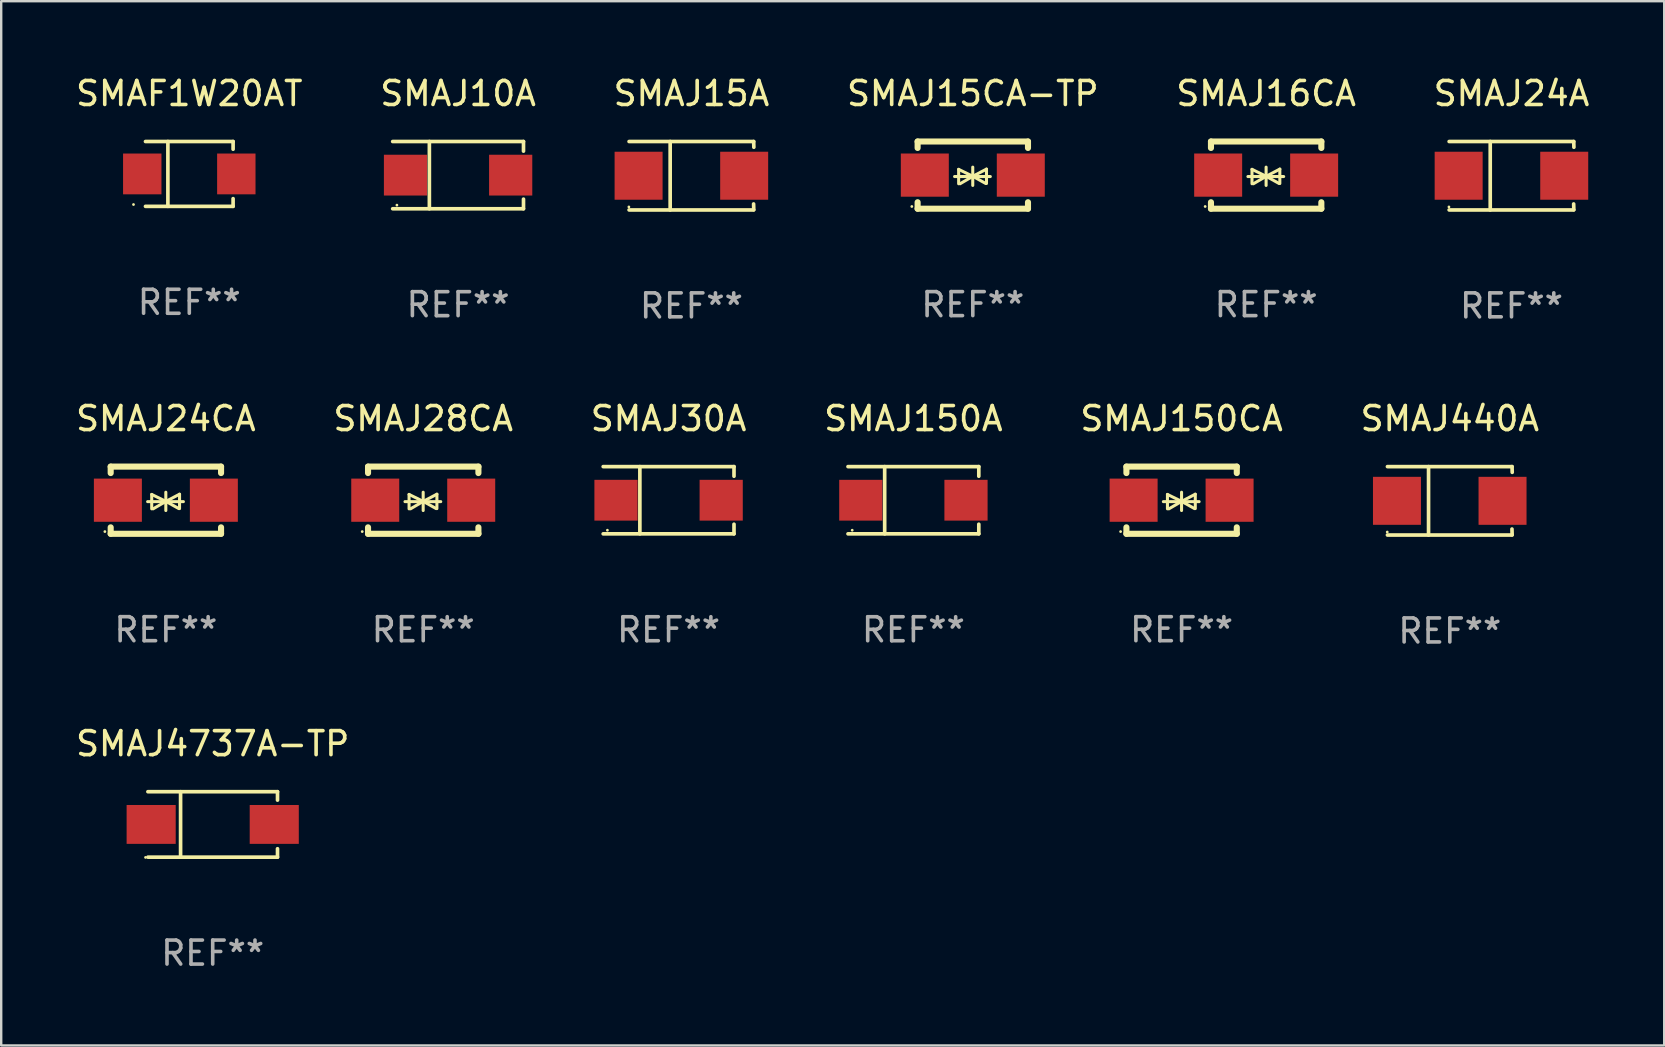
<source format=kicad_pcb>
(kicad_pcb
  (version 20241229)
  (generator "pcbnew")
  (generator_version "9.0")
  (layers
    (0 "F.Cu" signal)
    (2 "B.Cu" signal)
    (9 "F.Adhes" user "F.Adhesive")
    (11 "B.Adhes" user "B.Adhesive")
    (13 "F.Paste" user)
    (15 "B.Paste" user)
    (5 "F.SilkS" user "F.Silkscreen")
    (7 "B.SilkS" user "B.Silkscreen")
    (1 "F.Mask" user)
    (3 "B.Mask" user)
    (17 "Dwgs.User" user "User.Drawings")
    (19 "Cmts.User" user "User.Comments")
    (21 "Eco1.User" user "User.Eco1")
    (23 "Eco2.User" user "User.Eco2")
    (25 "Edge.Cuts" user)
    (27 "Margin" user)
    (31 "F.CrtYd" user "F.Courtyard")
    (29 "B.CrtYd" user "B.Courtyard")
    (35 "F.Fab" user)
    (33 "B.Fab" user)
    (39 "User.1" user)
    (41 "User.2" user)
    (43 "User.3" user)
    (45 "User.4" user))
  (footprint "SMAJ24A"
    (layer "F.Cu")
    (at 59.946 4.274)
    (property "Reference" "SMAJ24A" (at 0 -3.426 0) (layer "F.SilkS") (effects (font (size 1 1) (thickness 0.15))))
    (attr through_hole)
    (fp_line (start -2.6 -1.426) (end 2.593 -1.426) (stroke (width 0.152) (type solid)) (layer "F.SilkS"))
    (fp_line (start -2.6 1.426) (end 2.593 1.426) (stroke (width 0.152) (type solid)) (layer "F.SilkS"))
    (fp_line (start -0.887 -1.426) (end -0.887 1.426) (stroke (width 0.152) (type solid)) (layer "F.SilkS"))
    (fp_line (start 2.59 1.176) (end 2.597 1.415) (stroke (width 0.152) (type solid)) (layer "F.SilkS"))
    (fp_line (start 2.593 -1.426) (end 2.6 -1.187) (stroke (width 0.152) (type solid)) (layer "F.SilkS"))
    (fp_circle (center -2.608 1.3) (end -2.578 1.3) (stroke (width 0.06) (type solid)) (fill no) (layer "F.SilkS"))
    (fp_text user "REF**" (at 0 5.426 0) (layer "F.Fab") (effects (font (size 1 1) (thickness 0.15))))
    (pad "1" smd rect (at -2.203 0 180) (size 2 2) (layers "F.Cu" "F.Mask" "F.Paste"))
    (pad "2" smd rect (at 2.197 0 180) (size 2 2) (layers "F.Cu" "F.Mask" "F.Paste")))
  (footprint "SMAJ15CA-TP"
    (layer "F.Cu")
    (at 37.494 4.248)
    (property "Reference" "SMAJ15CA-TP" (at 0 -3.4 0) (layer "F.SilkS") (effects (font (size 1 1) (thickness 0.15))))
    (attr through_hole)
    (fp_line (start -2.3 -1.4) (end -2.3 -1.131) (stroke (width 0.254) (type solid)) (layer "F.SilkS"))
    (fp_line (start -2.3 -1.4) (end 2.3 -1.4) (stroke (width 0.254) (type solid)) (layer "F.SilkS"))
    (fp_line (start -2.3 1.131) (end -2.3 1.4) (stroke (width 0.254) (type solid)) (layer "F.SilkS"))
    (fp_line (start -2.3 1.4) (end 2.3 1.4) (stroke (width 0.254) (type solid)) (layer "F.SilkS"))
    (fp_line (start -0.76 0.06) (end 0.73 0.06) (stroke (width 0.127) (type solid)) (layer "F.SilkS"))
    (fp_line (start -0.59 -0.24) (end -0.59 0.36) (stroke (width 0.127) (type solid)) (layer "F.SilkS"))
    (fp_line (start -0.59 -0.24) (end -0.002 0.049) (stroke (width 0.127) (type solid)) (layer "F.SilkS"))
    (fp_line (start -0.53 0.36) (end -0.002 0.049) (stroke (width 0.127) (type solid)) (layer "F.SilkS"))
    (fp_line (start -0.002 0.049) (end -0.002 -0.332) (stroke (width 0.127) (type solid)) (layer "F.SilkS"))
    (fp_line (start -0.002 0.049) (end -0.002 0.43) (stroke (width 0.127) (type solid)) (layer "F.SilkS"))
    (fp_line (start 0.54 0.35) (end -0.002 0.049) (stroke (width 0.127) (type solid)) (layer "F.SilkS"))
    (fp_line (start 0.57 -0.25) (end -0.002 0.049) (stroke (width 0.127) (type solid)) (layer "F.SilkS"))
    (fp_line (start 0.57 -0.25) (end 0.57 0.35) (stroke (width 0.127) (type solid)) (layer "F.SilkS"))
    (fp_line (start 2.3 -1.4) (end 2.3 -1.131) (stroke (width 0.254) (type solid)) (layer "F.SilkS"))
    (fp_line (start 2.3 1.131) (end 2.3 1.4) (stroke (width 0.254) (type solid)) (layer "F.SilkS"))
    (fp_circle (center -2.542 1.308) (end -2.512 1.308) (stroke (width 0.06) (type solid)) (fill no) (layer "F.SilkS"))
    (fp_text user "REF**" (at 0 5.4 0) (layer "F.Fab") (effects (font (size 1 1) (thickness 0.15))))
    (pad "1" smd rect (at -2 0) (size 2 1.8) (layers "F.Cu" "F.Mask" "F.Paste"))
    (pad "2" smd rect (at 2 0) (size 2 1.8) (layers "F.Cu" "F.Mask" "F.Paste")))
  (footprint "SMAJ28CA"
    (layer "F.Cu")
    (at 14.589 17.797)
    (property "Reference" "SMAJ28CA" (at 0 -3.4 0) (layer "F.SilkS") (effects (font (size 1 1) (thickness 0.15))))
    (attr through_hole)
    (fp_line (start -2.3 -1.4) (end -2.3 -1.131) (stroke (width 0.254) (type solid)) (layer "F.SilkS"))
    (fp_line (start -2.3 -1.4) (end 2.3 -1.4) (stroke (width 0.254) (type solid)) (layer "F.SilkS"))
    (fp_line (start -2.3 1.131) (end -2.3 1.4) (stroke (width 0.254) (type solid)) (layer "F.SilkS"))
    (fp_line (start -2.3 1.4) (end 2.3 1.4) (stroke (width 0.254) (type solid)) (layer "F.SilkS"))
    (fp_line (start -0.76 0.06) (end 0.73 0.06) (stroke (width 0.127) (type solid)) (layer "F.SilkS"))
    (fp_line (start -0.59 -0.24) (end -0.59 0.36) (stroke (width 0.127) (type solid)) (layer "F.SilkS"))
    (fp_line (start -0.59 -0.24) (end -0.002 0.049) (stroke (width 0.127) (type solid)) (layer "F.SilkS"))
    (fp_line (start -0.53 0.36) (end -0.002 0.049) (stroke (width 0.127) (type solid)) (layer "F.SilkS"))
    (fp_line (start -0.002 0.049) (end -0.002 -0.332) (stroke (width 0.127) (type solid)) (layer "F.SilkS"))
    (fp_line (start -0.002 0.049) (end -0.002 0.43) (stroke (width 0.127) (type solid)) (layer "F.SilkS"))
    (fp_line (start 0.54 0.35) (end -0.002 0.049) (stroke (width 0.127) (type solid)) (layer "F.SilkS"))
    (fp_line (start 0.57 -0.25) (end -0.002 0.049) (stroke (width 0.127) (type solid)) (layer "F.SilkS"))
    (fp_line (start 0.57 -0.25) (end 0.57 0.35) (stroke (width 0.127) (type solid)) (layer "F.SilkS"))
    (fp_line (start 2.3 -1.4) (end 2.3 -1.131) (stroke (width 0.254) (type solid)) (layer "F.SilkS"))
    (fp_line (start 2.3 1.131) (end 2.3 1.4) (stroke (width 0.254) (type solid)) (layer "F.SilkS"))
    (fp_circle (center -2.542 1.308) (end -2.512 1.308) (stroke (width 0.06) (type solid)) (fill no) (layer "F.SilkS"))
    (fp_text user "REF**" (at 0 5.4 0) (layer "F.Fab") (effects (font (size 1 1) (thickness 0.15))))
    (pad "1" smd rect (at -2 0) (size 2 1.8) (layers "F.Cu" "F.Mask" "F.Paste"))
    (pad "2" smd rect (at 2 0) (size 2 1.8) (layers "F.Cu" "F.Mask" "F.Paste")))
  (footprint "SMAJ440A"
    (layer "F.Cu")
    (at 57.375 17.823)
    (property "Reference" "SMAJ440A" (at 0 -3.426 0) (layer "F.SilkS") (effects (font (size 1 1) (thickness 0.15))))
    (attr through_hole)
    (fp_line (start -2.6 -1.426) (end 2.593 -1.426) (stroke (width 0.152) (type solid)) (layer "F.SilkS"))
    (fp_line (start -2.6 1.426) (end 2.593 1.426) (stroke (width 0.152) (type solid)) (layer "F.SilkS"))
    (fp_line (start -0.887 -1.426) (end -0.887 1.426) (stroke (width 0.152) (type solid)) (layer "F.SilkS"))
    (fp_line (start 2.59 1.176) (end 2.597 1.415) (stroke (width 0.152) (type solid)) (layer "F.SilkS"))
    (fp_line (start 2.593 -1.426) (end 2.6 -1.187) (stroke (width 0.152) (type solid)) (layer "F.SilkS"))
    (fp_circle (center -2.608 1.3) (end -2.578 1.3) (stroke (width 0.06) (type solid)) (fill no) (layer "F.SilkS"))
    (fp_text user "REF**" (at 0 5.426 0) (layer "F.Fab") (effects (font (size 1 1) (thickness 0.15))))
    (pad "1" smd rect (at -2.203 0 180) (size 2 2) (layers "F.Cu" "F.Mask" "F.Paste"))
    (pad "2" smd rect (at 2.197 0 180) (size 2 2) (layers "F.Cu" "F.Mask" "F.Paste")))
  (footprint "SMAJ16CA"
    (layer "F.Cu")
    (at 49.72 4.248)
    (property "Reference" "SMAJ16CA" (at 0 -3.4 0) (layer "F.SilkS") (effects (font (size 1 1) (thickness 0.15))))
    (attr through_hole)
    (fp_line (start -2.3 -1.4) (end -2.3 -1.131) (stroke (width 0.254) (type solid)) (layer "F.SilkS"))
    (fp_line (start -2.3 -1.4) (end 2.3 -1.4) (stroke (width 0.254) (type solid)) (layer "F.SilkS"))
    (fp_line (start -2.3 1.131) (end -2.3 1.4) (stroke (width 0.254) (type solid)) (layer "F.SilkS"))
    (fp_line (start -2.3 1.4) (end 2.3 1.4) (stroke (width 0.254) (type solid)) (layer "F.SilkS"))
    (fp_line (start -0.76 0.06) (end 0.73 0.06) (stroke (width 0.127) (type solid)) (layer "F.SilkS"))
    (fp_line (start -0.59 -0.24) (end -0.59 0.36) (stroke (width 0.127) (type solid)) (layer "F.SilkS"))
    (fp_line (start -0.59 -0.24) (end -0.002 0.049) (stroke (width 0.127) (type solid)) (layer "F.SilkS"))
    (fp_line (start -0.53 0.36) (end -0.002 0.049) (stroke (width 0.127) (type solid)) (layer "F.SilkS"))
    (fp_line (start -0.002 0.049) (end -0.002 -0.332) (stroke (width 0.127) (type solid)) (layer "F.SilkS"))
    (fp_line (start -0.002 0.049) (end -0.002 0.43) (stroke (width 0.127) (type solid)) (layer "F.SilkS"))
    (fp_line (start 0.54 0.35) (end -0.002 0.049) (stroke (width 0.127) (type solid)) (layer "F.SilkS"))
    (fp_line (start 0.57 -0.25) (end -0.002 0.049) (stroke (width 0.127) (type solid)) (layer "F.SilkS"))
    (fp_line (start 0.57 -0.25) (end 0.57 0.35) (stroke (width 0.127) (type solid)) (layer "F.SilkS"))
    (fp_line (start 2.3 -1.4) (end 2.3 -1.131) (stroke (width 0.254) (type solid)) (layer "F.SilkS"))
    (fp_line (start 2.3 1.131) (end 2.3 1.4) (stroke (width 0.254) (type solid)) (layer "F.SilkS"))
    (fp_circle (center -2.542 1.308) (end -2.512 1.308) (stroke (width 0.06) (type solid)) (fill no) (layer "F.SilkS"))
    (fp_text user "REF**" (at 0 5.4 0) (layer "F.Fab") (effects (font (size 1 1) (thickness 0.15))))
    (pad "1" smd rect (at -2 0) (size 2 1.8) (layers "F.Cu" "F.Mask" "F.Paste"))
    (pad "2" smd rect (at 2 0) (size 2 1.8) (layers "F.Cu" "F.Mask" "F.Paste")))
  (footprint "SMAF1W20AT"
    (layer "F.Cu")
    (at 4.839 4.199)
    (property "Reference" "SMAF1W20AT" (at 0 -3.351 0) (layer "F.SilkS") (effects (font (size 1 1) (thickness 0.15))))
    (attr through_hole)
    (fp_line (start -1.826 -1.351) (end 1.826 -1.351) (stroke (width 0.152) (type solid)) (layer "F.SilkS"))
    (fp_line (start -1.826 1.351) (end 1.826 1.351) (stroke (width 0.152) (type solid)) (layer "F.SilkS"))
    (fp_line (start -0.892 -1.351) (end -0.892 1.351) (stroke (width 0.152) (type solid)) (layer "F.SilkS"))
    (fp_line (start 1.826 -1.351) (end 1.826 -1.03) (stroke (width 0.152) (type solid)) (layer "F.SilkS"))
    (fp_line (start 1.826 1.03) (end 1.826 1.351) (stroke (width 0.152) (type solid)) (layer "F.SilkS"))
    (fp_circle (center -2.325 1.275) (end -2.295 1.275) (stroke (width 0.06) (type solid)) (fill no) (layer "F.SilkS"))
    (fp_text user "REF**" (at 0 5.351 0) (layer "F.Fab") (effects (font (size 1 1) (thickness 0.15))))
    (pad "1" smd rect (at -1.96 0 180) (size 1.6 1.7) (layers "F.Cu" "F.Mask" "F.Paste"))
    (pad "2" smd rect (at 1.96 0 180) (size 1.6 1.7) (layers "F.Cu" "F.Mask" "F.Paste")))
  (footprint "SMAJ150CA"
    (layer "F.Cu")
    (at 46.196 17.797)
    (property "Reference" "SMAJ150CA" (at 0 -3.4 0) (layer "F.SilkS") (effects (font (size 1 1) (thickness 0.15))))
    (attr through_hole)
    (fp_line (start -2.3 -1.4) (end -2.3 -1.131) (stroke (width 0.254) (type solid)) (layer "F.SilkS"))
    (fp_line (start -2.3 -1.4) (end 2.3 -1.4) (stroke (width 0.254) (type solid)) (layer "F.SilkS"))
    (fp_line (start -2.3 1.131) (end -2.3 1.4) (stroke (width 0.254) (type solid)) (layer "F.SilkS"))
    (fp_line (start -2.3 1.4) (end 2.3 1.4) (stroke (width 0.254) (type solid)) (layer "F.SilkS"))
    (fp_line (start -0.76 0.06) (end 0.73 0.06) (stroke (width 0.127) (type solid)) (layer "F.SilkS"))
    (fp_line (start -0.59 -0.24) (end -0.59 0.36) (stroke (width 0.127) (type solid)) (layer "F.SilkS"))
    (fp_line (start -0.59 -0.24) (end -0.002 0.049) (stroke (width 0.127) (type solid)) (layer "F.SilkS"))
    (fp_line (start -0.53 0.36) (end -0.002 0.049) (stroke (width 0.127) (type solid)) (layer "F.SilkS"))
    (fp_line (start -0.002 0.049) (end -0.002 -0.332) (stroke (width 0.127) (type solid)) (layer "F.SilkS"))
    (fp_line (start -0.002 0.049) (end -0.002 0.43) (stroke (width 0.127) (type solid)) (layer "F.SilkS"))
    (fp_line (start 0.54 0.35) (end -0.002 0.049) (stroke (width 0.127) (type solid)) (layer "F.SilkS"))
    (fp_line (start 0.57 -0.25) (end -0.002 0.049) (stroke (width 0.127) (type solid)) (layer "F.SilkS"))
    (fp_line (start 0.57 -0.25) (end 0.57 0.35) (stroke (width 0.127) (type solid)) (layer "F.SilkS"))
    (fp_line (start 2.3 -1.4) (end 2.3 -1.131) (stroke (width 0.254) (type solid)) (layer "F.SilkS"))
    (fp_line (start 2.3 1.131) (end 2.3 1.4) (stroke (width 0.254) (type solid)) (layer "F.SilkS"))
    (fp_circle (center -2.542 1.308) (end -2.512 1.308) (stroke (width 0.06) (type solid)) (fill no) (layer "F.SilkS"))
    (fp_text user "REF**" (at 0 5.4 0) (layer "F.Fab") (effects (font (size 1 1) (thickness 0.15))))
    (pad "1" smd rect (at -2 0) (size 2 1.8) (layers "F.Cu" "F.Mask" "F.Paste"))
    (pad "2" smd rect (at 2 0) (size 2 1.8) (layers "F.Cu" "F.Mask" "F.Paste")))
  (footprint "SMAJ4737A-TP"
    (layer "F.Cu")
    (at 5.815 31.31)
    (property "Reference" "SMAJ4737A-TP" (at 0 -3.364 0) (layer "F.SilkS") (effects (font (size 1 1) (thickness 0.15))))
    (attr through_hole)
    (fp_line (start -2.701 -1.364) (end 2.701 -1.364) (stroke (width 0.152) (type solid)) (layer "F.SilkS"))
    (fp_line (start -2.701 1.364) (end 2.701 1.364) (stroke (width 0.152) (type solid)) (layer "F.SilkS"))
    (fp_line (start -1.339 -1.364) (end -1.339 1.364) (stroke (width 0.152) (type solid)) (layer "F.SilkS"))
    (fp_line (start 2.701 -1.364) (end 2.701 -1.013) (stroke (width 0.152) (type solid)) (layer "F.SilkS"))
    (fp_line (start 2.701 1.364) (end 2.701 1.013) (stroke (width 0.152) (type solid)) (layer "F.SilkS"))
    (fp_circle (center -2.8 1.375) (end -2.77 1.375) (stroke (width 0.06) (type solid)) (fill no) (layer "F.SilkS"))
    (fp_text user "REF**" (at 0 5.364 0) (layer "F.Fab") (effects (font (size 1 1) (thickness 0.15))))
    (pad "1" smd rect (at -2.565 -0.000025) (size 2.046 1.62) (layers "F.Cu" "F.Mask" "F.Paste"))
    (pad "2" smd rect (at 2.565 -0.000025) (size 2.046 1.62) (layers "F.Cu" "F.Mask" "F.Paste")))
  (footprint "SMAJ15A"
    (layer "F.Cu")
    (at 25.768 4.274)
    (property "Reference" "SMAJ15A" (at 0 -3.426 0) (layer "F.SilkS") (effects (font (size 1 1) (thickness 0.15))))
    (attr through_hole)
    (fp_line (start -2.6 -1.426) (end 2.593 -1.426) (stroke (width 0.152) (type solid)) (layer "F.SilkS"))
    (fp_line (start -2.6 1.426) (end 2.593 1.426) (stroke (width 0.152) (type solid)) (layer "F.SilkS"))
    (fp_line (start -0.887 -1.426) (end -0.887 1.426) (stroke (width 0.152) (type solid)) (layer "F.SilkS"))
    (fp_line (start 2.59 1.176) (end 2.597 1.415) (stroke (width 0.152) (type solid)) (layer "F.SilkS"))
    (fp_line (start 2.593 -1.426) (end 2.6 -1.187) (stroke (width 0.152) (type solid)) (layer "F.SilkS"))
    (fp_circle (center -2.608 1.3) (end -2.578 1.3) (stroke (width 0.06) (type solid)) (fill no) (layer "F.SilkS"))
    (fp_text user "REF**" (at 0 5.426 0) (layer "F.Fab") (effects (font (size 1 1) (thickness 0.15))))
    (pad "1" smd rect (at -2.203 0 180) (size 2 2) (layers "F.Cu" "F.Mask" "F.Paste"))
    (pad "2" smd rect (at 2.197 0 180) (size 2 2) (layers "F.Cu" "F.Mask" "F.Paste")))
  (footprint "SMAJ24CA"
    (layer "F.Cu")
    (at 3.863 17.797)
    (property "Reference" "SMAJ24CA" (at 0 -3.4 0) (layer "F.SilkS") (effects (font (size 1 1) (thickness 0.15))))
    (attr through_hole)
    (fp_line (start -2.3 -1.4) (end -2.3 -1.131) (stroke (width 0.254) (type solid)) (layer "F.SilkS"))
    (fp_line (start -2.3 -1.4) (end 2.3 -1.4) (stroke (width 0.254) (type solid)) (layer "F.SilkS"))
    (fp_line (start -2.3 1.131) (end -2.3 1.4) (stroke (width 0.254) (type solid)) (layer "F.SilkS"))
    (fp_line (start -2.3 1.4) (end 2.3 1.4) (stroke (width 0.254) (type solid)) (layer "F.SilkS"))
    (fp_line (start -0.76 0.06) (end 0.73 0.06) (stroke (width 0.127) (type solid)) (layer "F.SilkS"))
    (fp_line (start -0.59 -0.24) (end -0.59 0.36) (stroke (width 0.127) (type solid)) (layer "F.SilkS"))
    (fp_line (start -0.59 -0.24) (end -0.002 0.049) (stroke (width 0.127) (type solid)) (layer "F.SilkS"))
    (fp_line (start -0.53 0.36) (end -0.002 0.049) (stroke (width 0.127) (type solid)) (layer "F.SilkS"))
    (fp_line (start -0.002 0.049) (end -0.002 -0.332) (stroke (width 0.127) (type solid)) (layer "F.SilkS"))
    (fp_line (start -0.002 0.049) (end -0.002 0.43) (stroke (width 0.127) (type solid)) (layer "F.SilkS"))
    (fp_line (start 0.54 0.35) (end -0.002 0.049) (stroke (width 0.127) (type solid)) (layer "F.SilkS"))
    (fp_line (start 0.57 -0.25) (end -0.002 0.049) (stroke (width 0.127) (type solid)) (layer "F.SilkS"))
    (fp_line (start 0.57 -0.25) (end 0.57 0.35) (stroke (width 0.127) (type solid)) (layer "F.SilkS"))
    (fp_line (start 2.3 -1.4) (end 2.3 -1.131) (stroke (width 0.254) (type solid)) (layer "F.SilkS"))
    (fp_line (start 2.3 1.131) (end 2.3 1.4) (stroke (width 0.254) (type solid)) (layer "F.SilkS"))
    (fp_circle (center -2.542 1.308) (end -2.512 1.308) (stroke (width 0.06) (type solid)) (fill no) (layer "F.SilkS"))
    (fp_text user "REF**" (at 0 5.4 0) (layer "F.Fab") (effects (font (size 1 1) (thickness 0.15))))
    (pad "1" smd rect (at -2 0) (size 2 1.8) (layers "F.Cu" "F.Mask" "F.Paste"))
    (pad "2" smd rect (at 2 0) (size 2 1.8) (layers "F.Cu" "F.Mask" "F.Paste")))
  (footprint "SMAJ30A"
    (layer "F.Cu")
    (at 24.815 17.798)
    (property "Reference" "SMAJ30A" (at 0 -3.401 0) (layer "F.SilkS") (effects (font (size 1 1) (thickness 0.15))))
    (attr through_hole)
    (fp_line (start -2.726 -1.401) (end 2.726 -1.401) (stroke (width 0.152) (type solid)) (layer "F.SilkS"))
    (fp_line (start -2.726 1.401) (end 2.726 1.401) (stroke (width 0.152) (type solid)) (layer "F.SilkS"))
    (fp_line (start -1.197 -1.401) (end -1.197 1.401) (stroke (width 0.152) (type solid)) (layer "F.SilkS"))
    (fp_line (start 2.726 -1.401) (end 2.726 -1) (stroke (width 0.152) (type solid)) (layer "F.SilkS"))
    (fp_line (start 2.726 1.401) (end 2.726 1) (stroke (width 0.152) (type solid)) (layer "F.SilkS"))
    (fp_circle (center -2.55 1.25) (end -2.52 1.25) (stroke (width 0.06) (type solid)) (fill no) (layer "F.SilkS"))
    (fp_text user "REF**" (at 0 5.401 0) (layer "F.Fab") (effects (font (size 1 1) (thickness 0.15))))
    (pad "1" smd rect (at -2.192 0) (size 1.8 1.7) (layers "F.Cu" "F.Mask" "F.Paste"))
    (pad "2" smd rect (at 2.192 0) (size 1.8 1.7) (layers "F.Cu" "F.Mask" "F.Paste")))
  (footprint "SMAJ10A"
    (layer "F.Cu")
    (at 16.042 4.249)
    (property "Reference" "SMAJ10A" (at 0 -3.401 0) (layer "F.SilkS") (effects (font (size 1 1) (thickness 0.15))))
    (attr through_hole)
    (fp_line (start -2.726 -1.401) (end 2.726 -1.401) (stroke (width 0.152) (type solid)) (layer "F.SilkS"))
    (fp_line (start -2.726 1.401) (end 2.726 1.401) (stroke (width 0.152) (type solid)) (layer "F.SilkS"))
    (fp_line (start -1.197 -1.401) (end -1.197 1.401) (stroke (width 0.152) (type solid)) (layer "F.SilkS"))
    (fp_line (start 2.726 -1.401) (end 2.726 -1) (stroke (width 0.152) (type solid)) (layer "F.SilkS"))
    (fp_line (start 2.726 1.401) (end 2.726 1) (stroke (width 0.152) (type solid)) (layer "F.SilkS"))
    (fp_circle (center -2.55 1.25) (end -2.52 1.25) (stroke (width 0.06) (type solid)) (fill no) (layer "F.SilkS"))
    (fp_text user "REF**" (at 0 5.401 0) (layer "F.Fab") (effects (font (size 1 1) (thickness 0.15))))
    (pad "1" smd rect (at -2.192 0) (size 1.8 1.7) (layers "F.Cu" "F.Mask" "F.Paste"))
    (pad "2" smd rect (at 2.192 0) (size 1.8 1.7) (layers "F.Cu" "F.Mask" "F.Paste")))
  (footprint "SMAJ150A"
    (layer "F.Cu")
    (at 35.018 17.798)
    (property "Reference" "SMAJ150A" (at 0 -3.401 0) (layer "F.SilkS") (effects (font (size 1 1) (thickness 0.15))))
    (attr through_hole)
    (fp_line (start -2.726 -1.401) (end 2.726 -1.401) (stroke (width 0.152) (type solid)) (layer "F.SilkS"))
    (fp_line (start -2.726 1.401) (end 2.726 1.401) (stroke (width 0.152) (type solid)) (layer "F.SilkS"))
    (fp_line (start -1.197 -1.401) (end -1.197 1.401) (stroke (width 0.152) (type solid)) (layer "F.SilkS"))
    (fp_line (start 2.726 -1.401) (end 2.726 -1) (stroke (width 0.152) (type solid)) (layer "F.SilkS"))
    (fp_line (start 2.726 1.401) (end 2.726 1) (stroke (width 0.152) (type solid)) (layer "F.SilkS"))
    (fp_circle (center -2.55 1.25) (end -2.52 1.25) (stroke (width 0.06) (type solid)) (fill no) (layer "F.SilkS"))
    (fp_text user "REF**" (at 0 5.401 0) (layer "F.Fab") (effects (font (size 1 1) (thickness 0.15))))
    (pad "1" smd rect (at -2.192 0) (size 1.8 1.7) (layers "F.Cu" "F.Mask" "F.Paste"))
    (pad "2" smd rect (at 2.192 0) (size 1.8 1.7) (layers "F.Cu" "F.Mask" "F.Paste")))
  (gr_rect
    (start -3 -3)
    (end 66.31 40.522)
    (stroke (width 0.1) (type default))
    (fill no)
    (layer "Edge.Cuts")))
</source>
